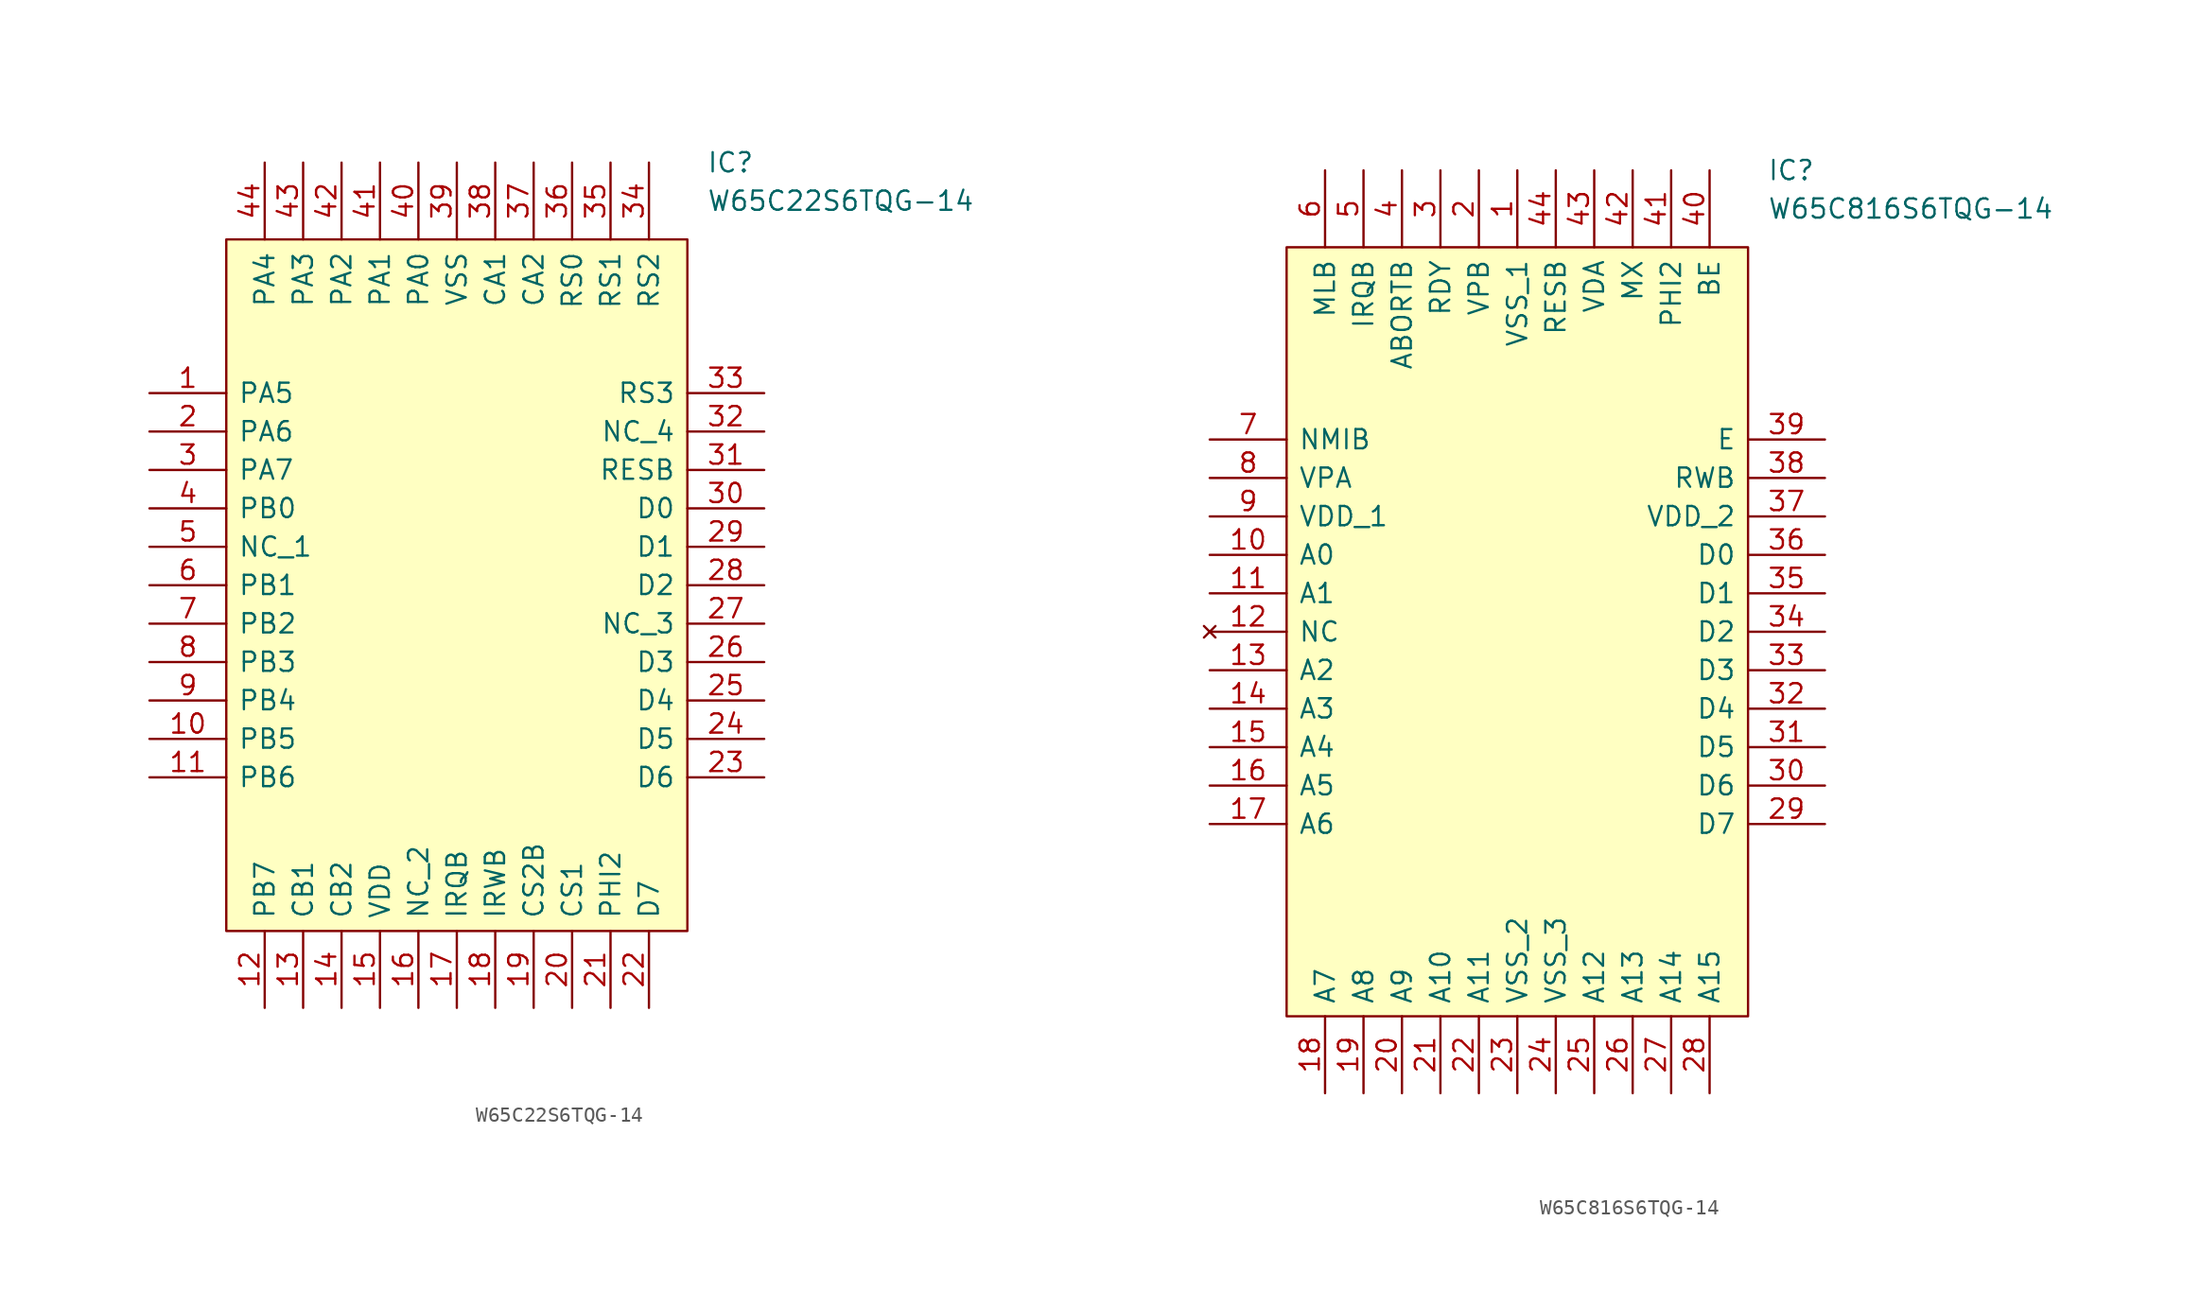
<source format=kicad_sym>
(kicad_symbol_lib
  (version 20211014)
  (generator kicad_symbol_editor)
  (symbol "W65C22S6TQG-14"
    (pin_names
      (offset 0.762))
    (property "Reference" "IC"
      (at 36.83 15.24 0)
      (effects (font (size 1.27 1.27)) (justify left)))
    (property "Value" "W65C22S6TQG-14"
      (at 36.83 12.7 0)
      (effects (font (size 1.27 1.27)) (justify left)))
    (symbol "W65C22S6TQG-14_0_0"
      (pin passive line (at 0 0 0) (length 5.08) (name "PA5" (effects (font (size 1.27 1.27)))) (number "1" (effects (font (size 1.27 1.27)))))
      (pin passive line (at 0 -22.86 0) (length 5.08) (name "PB5" (effects (font (size 1.27 1.27)))) (number "10" (effects (font (size 1.27 1.27)))))
      (pin passive line (at 0 -25.4 0) (length 5.08) (name "PB6" (effects (font (size 1.27 1.27)))) (number "11" (effects (font (size 1.27 1.27)))))
      (pin passive line (at 7.62 -40.64 90) (length 5.08) (name "PB7" (effects (font (size 1.27 1.27)))) (number "12" (effects (font (size 1.27 1.27)))))
      (pin passive line (at 10.16 -40.64 90) (length 5.08) (name "CB1" (effects (font (size 1.27 1.27)))) (number "13" (effects (font (size 1.27 1.27)))))
      (pin passive line (at 12.7 -40.64 90) (length 5.08) (name "CB2" (effects (font (size 1.27 1.27)))) (number "14" (effects (font (size 1.27 1.27)))))
      (pin passive line (at 15.24 -40.64 90) (length 5.08) (name "VDD" (effects (font (size 1.27 1.27)))) (number "15" (effects (font (size 1.27 1.27)))))
      (pin passive line (at 17.78 -40.64 90) (length 5.08) (name "NC_2" (effects (font (size 1.27 1.27)))) (number "16" (effects (font (size 1.27 1.27)))))
      (pin passive line (at 20.32 -40.64 90) (length 5.08) (name "IRQB" (effects (font (size 1.27 1.27)))) (number "17" (effects (font (size 1.27 1.27)))))
      (pin passive line (at 22.86 -40.64 90) (length 5.08) (name "IRWB" (effects (font (size 1.27 1.27)))) (number "18" (effects (font (size 1.27 1.27)))))
      (pin passive line (at 25.4 -40.64 90) (length 5.08) (name "CS2B" (effects (font (size 1.27 1.27)))) (number "19" (effects (font (size 1.27 1.27)))))
      (pin passive line (at 0 -2.54 0) (length 5.08) (name "PA6" (effects (font (size 1.27 1.27)))) (number "2" (effects (font (size 1.27 1.27)))))
      (pin passive line (at 27.94 -40.64 90) (length 5.08) (name "CS1" (effects (font (size 1.27 1.27)))) (number "20" (effects (font (size 1.27 1.27)))))
      (pin passive line (at 30.48 -40.64 90) (length 5.08) (name "PHI2" (effects (font (size 1.27 1.27)))) (number "21" (effects (font (size 1.27 1.27)))))
      (pin passive line (at 33.02 -40.64 90) (length 5.08) (name "D7" (effects (font (size 1.27 1.27)))) (number "22" (effects (font (size 1.27 1.27)))))
      (pin passive line (at 40.64 -25.4 180) (length 5.08) (name "D6" (effects (font (size 1.27 1.27)))) (number "23" (effects (font (size 1.27 1.27)))))
      (pin passive line (at 40.64 -22.86 180) (length 5.08) (name "D5" (effects (font (size 1.27 1.27)))) (number "24" (effects (font (size 1.27 1.27)))))
      (pin passive line (at 40.64 -20.32 180) (length 5.08) (name "D4" (effects (font (size 1.27 1.27)))) (number "25" (effects (font (size 1.27 1.27)))))
      (pin passive line (at 40.64 -17.78 180) (length 5.08) (name "D3" (effects (font (size 1.27 1.27)))) (number "26" (effects (font (size 1.27 1.27)))))
      (pin passive line (at 40.64 -15.24 180) (length 5.08) (name "NC_3" (effects (font (size 1.27 1.27)))) (number "27" (effects (font (size 1.27 1.27)))))
      (pin passive line (at 40.64 -12.7 180) (length 5.08) (name "D2" (effects (font (size 1.27 1.27)))) (number "28" (effects (font (size 1.27 1.27)))))
      (pin passive line (at 40.64 -10.16 180) (length 5.08) (name "D1" (effects (font (size 1.27 1.27)))) (number "29" (effects (font (size 1.27 1.27)))))
      (pin passive line (at 0 -5.08 0) (length 5.08) (name "PA7" (effects (font (size 1.27 1.27)))) (number "3" (effects (font (size 1.27 1.27)))))
      (pin passive line (at 40.64 -7.62 180) (length 5.08) (name "D0" (effects (font (size 1.27 1.27)))) (number "30" (effects (font (size 1.27 1.27)))))
      (pin passive line (at 40.64 -5.08 180) (length 5.08) (name "RESB" (effects (font (size 1.27 1.27)))) (number "31" (effects (font (size 1.27 1.27)))))
      (pin passive line (at 40.64 -2.54 180) (length 5.08) (name "NC_4" (effects (font (size 1.27 1.27)))) (number "32" (effects (font (size 1.27 1.27)))))
      (pin passive line (at 40.64 0 180) (length 5.08) (name "RS3" (effects (font (size 1.27 1.27)))) (number "33" (effects (font (size 1.27 1.27)))))
      (pin passive line (at 33.02 15.24 270) (length 5.08) (name "RS2" (effects (font (size 1.27 1.27)))) (number "34" (effects (font (size 1.27 1.27)))))
      (pin passive line (at 30.48 15.24 270) (length 5.08) (name "RS1" (effects (font (size 1.27 1.27)))) (number "35" (effects (font (size 1.27 1.27)))))
      (pin passive line (at 27.94 15.24 270) (length 5.08) (name "RS0" (effects (font (size 1.27 1.27)))) (number "36" (effects (font (size 1.27 1.27)))))
      (pin passive line (at 25.4 15.24 270) (length 5.08) (name "CA2" (effects (font (size 1.27 1.27)))) (number "37" (effects (font (size 1.27 1.27)))))
      (pin passive line (at 22.86 15.24 270) (length 5.08) (name "CA1" (effects (font (size 1.27 1.27)))) (number "38" (effects (font (size 1.27 1.27)))))
      (pin passive line (at 20.32 15.24 270) (length 5.08) (name "VSS" (effects (font (size 1.27 1.27)))) (number "39" (effects (font (size 1.27 1.27)))))
      (pin passive line (at 0 -7.62 0) (length 5.08) (name "PB0" (effects (font (size 1.27 1.27)))) (number "4" (effects (font (size 1.27 1.27)))))
      (pin passive line (at 17.78 15.24 270) (length 5.08) (name "PA0" (effects (font (size 1.27 1.27)))) (number "40" (effects (font (size 1.27 1.27)))))
      (pin passive line (at 15.24 15.24 270) (length 5.08) (name "PA1" (effects (font (size 1.27 1.27)))) (number "41" (effects (font (size 1.27 1.27)))))
      (pin passive line (at 12.7 15.24 270) (length 5.08) (name "PA2" (effects (font (size 1.27 1.27)))) (number "42" (effects (font (size 1.27 1.27)))))
      (pin passive line (at 10.16 15.24 270) (length 5.08) (name "PA3" (effects (font (size 1.27 1.27)))) (number "43" (effects (font (size 1.27 1.27)))))
      (pin passive line (at 7.62 15.24 270) (length 5.08) (name "PA4" (effects (font (size 1.27 1.27)))) (number "44" (effects (font (size 1.27 1.27)))))
      (pin passive line (at 0 -10.16 0) (length 5.08) (name "NC_1" (effects (font (size 1.27 1.27)))) (number "5" (effects (font (size 1.27 1.27)))))
      (pin passive line (at 0 -12.7 0) (length 5.08) (name "PB1" (effects (font (size 1.27 1.27)))) (number "6" (effects (font (size 1.27 1.27)))))
      (pin passive line (at 0 -15.24 0) (length 5.08) (name "PB2" (effects (font (size 1.27 1.27)))) (number "7" (effects (font (size 1.27 1.27)))))
      (pin passive line (at 0 -17.78 0) (length 5.08) (name "PB3" (effects (font (size 1.27 1.27)))) (number "8" (effects (font (size 1.27 1.27)))))
      (pin passive line (at 0 -20.32 0) (length 5.08) (name "PB4" (effects (font (size 1.27 1.27)))) (number "9" (effects (font (size 1.27 1.27))))))
    (symbol "W65C22S6TQG-14_0_1"
      (polyline (pts (xy 5.08 10.16) (xy 35.56 10.16) (xy 35.56 -35.56) (xy 5.08 -35.56) (xy 5.08 10.16)) (stroke (width 0.152) (type default) (color 0 0 0 0)) (fill (type background)))))
  (symbol "W65C816S6TQG-14"
    (pin_names
      (offset 0.762))
    (property "Reference" "IC"
      (at 36.83 17.78 0)
      (effects (font (size 1.27 1.27)) (justify left)))
    (property "Value" "W65C816S6TQG-14"
      (at 36.83 15.24 0)
      (effects (font (size 1.27 1.27)) (justify left)))
    (symbol "W65C816S6TQG-14_0_0"
      (pin power_in line (at 20.32 17.78 270) (length 5.08) (name "VSS_1" (effects (font (size 1.27 1.27)))) (number "1" (effects (font (size 1.27 1.27)))))
      (pin output line (at 0 -7.62 0) (length 5.08) (name "A0" (effects (font (size 1.27 1.27)))) (number "10" (effects (font (size 1.27 1.27)))))
      (pin output line (at 0 -10.16 0) (length 5.08) (name "A1" (effects (font (size 1.27 1.27)))) (number "11" (effects (font (size 1.27 1.27)))))
      (pin no_connect line (at 0 -12.7 0) (length 5.08) (name "NC" (effects (font (size 1.27 1.27)))) (number "12" (effects (font (size 1.27 1.27)))))
      (pin output line (at 0 -15.24 0) (length 5.08) (name "A2" (effects (font (size 1.27 1.27)))) (number "13" (effects (font (size 1.27 1.27)))))
      (pin output line (at 0 -17.78 0) (length 5.08) (name "A3" (effects (font (size 1.27 1.27)))) (number "14" (effects (font (size 1.27 1.27)))))
      (pin output line (at 0 -20.32 0) (length 5.08) (name "A4" (effects (font (size 1.27 1.27)))) (number "15" (effects (font (size 1.27 1.27)))))
      (pin output line (at 0 -22.86 0) (length 5.08) (name "A5" (effects (font (size 1.27 1.27)))) (number "16" (effects (font (size 1.27 1.27)))))
      (pin output line (at 0 -25.4 0) (length 5.08) (name "A6" (effects (font (size 1.27 1.27)))) (number "17" (effects (font (size 1.27 1.27)))))
      (pin output line (at 7.62 -43.18 90) (length 5.08) (name "A7" (effects (font (size 1.27 1.27)))) (number "18" (effects (font (size 1.27 1.27)))))
      (pin output line (at 10.16 -43.18 90) (length 5.08) (name "A8" (effects (font (size 1.27 1.27)))) (number "19" (effects (font (size 1.27 1.27)))))
      (pin output line (at 17.78 17.78 270) (length 5.08) (name "VPB" (effects (font (size 1.27 1.27)))) (number "2" (effects (font (size 1.27 1.27)))))
      (pin output line (at 12.7 -43.18 90) (length 5.08) (name "A9" (effects (font (size 1.27 1.27)))) (number "20" (effects (font (size 1.27 1.27)))))
      (pin output line (at 15.24 -43.18 90) (length 5.08) (name "A10" (effects (font (size 1.27 1.27)))) (number "21" (effects (font (size 1.27 1.27)))))
      (pin output line (at 17.78 -43.18 90) (length 5.08) (name "A11" (effects (font (size 1.27 1.27)))) (number "22" (effects (font (size 1.27 1.27)))))
      (pin power_in line (at 20.32 -43.18 90) (length 5.08) (name "VSS_2" (effects (font (size 1.27 1.27)))) (number "23" (effects (font (size 1.27 1.27)))))
      (pin power_in line (at 22.86 -43.18 90) (length 5.08) (name "VSS_3" (effects (font (size 1.27 1.27)))) (number "24" (effects (font (size 1.27 1.27)))))
      (pin output line (at 25.4 -43.18 90) (length 5.08) (name "A12" (effects (font (size 1.27 1.27)))) (number "25" (effects (font (size 1.27 1.27)))))
      (pin output line (at 27.94 -43.18 90) (length 5.08) (name "A13" (effects (font (size 1.27 1.27)))) (number "26" (effects (font (size 1.27 1.27)))))
      (pin output line (at 30.48 -43.18 90) (length 5.08) (name "A14" (effects (font (size 1.27 1.27)))) (number "27" (effects (font (size 1.27 1.27)))))
      (pin output line (at 33.02 -43.18 90) (length 5.08) (name "A15" (effects (font (size 1.27 1.27)))) (number "28" (effects (font (size 1.27 1.27)))))
      (pin bidirectional line (at 40.64 -25.4 180) (length 5.08) (name "D7" (effects (font (size 1.27 1.27)))) (number "29" (effects (font (size 1.27 1.27)))))
      (pin bidirectional line (at 15.24 17.78 270) (length 5.08) (name "RDY" (effects (font (size 1.27 1.27)))) (number "3" (effects (font (size 1.27 1.27)))))
      (pin bidirectional line (at 40.64 -22.86 180) (length 5.08) (name "D6" (effects (font (size 1.27 1.27)))) (number "30" (effects (font (size 1.27 1.27)))))
      (pin bidirectional line (at 40.64 -20.32 180) (length 5.08) (name "D5" (effects (font (size 1.27 1.27)))) (number "31" (effects (font (size 1.27 1.27)))))
      (pin bidirectional line (at 40.64 -17.78 180) (length 5.08) (name "D4" (effects (font (size 1.27 1.27)))) (number "32" (effects (font (size 1.27 1.27)))))
      (pin bidirectional line (at 40.64 -15.24 180) (length 5.08) (name "D3" (effects (font (size 1.27 1.27)))) (number "33" (effects (font (size 1.27 1.27)))))
      (pin bidirectional line (at 40.64 -12.7 180) (length 5.08) (name "D2" (effects (font (size 1.27 1.27)))) (number "34" (effects (font (size 1.27 1.27)))))
      (pin bidirectional line (at 40.64 -10.16 180) (length 5.08) (name "D1" (effects (font (size 1.27 1.27)))) (number "35" (effects (font (size 1.27 1.27)))))
      (pin bidirectional line (at 40.64 -7.62 180) (length 5.08) (name "D0" (effects (font (size 1.27 1.27)))) (number "36" (effects (font (size 1.27 1.27)))))
      (pin power_in line (at 40.64 -5.08 180) (length 5.08) (name "VDD_2" (effects (font (size 1.27 1.27)))) (number "37" (effects (font (size 1.27 1.27)))))
      (pin output line (at 40.64 -2.54 180) (length 5.08) (name "RWB" (effects (font (size 1.27 1.27)))) (number "38" (effects (font (size 1.27 1.27)))))
      (pin input line (at 40.64 0 180) (length 5.08) (name "E" (effects (font (size 1.27 1.27)))) (number "39" (effects (font (size 1.27 1.27)))))
      (pin input line (at 12.7 17.78 270) (length 5.08) (name "ABORTB" (effects (font (size 1.27 1.27)))) (number "4" (effects (font (size 1.27 1.27)))))
      (pin output line (at 33.02 17.78 270) (length 5.08) (name "BE" (effects (font (size 1.27 1.27)))) (number "40" (effects (font (size 1.27 1.27)))))
      (pin input line (at 30.48 17.78 270) (length 5.08) (name "PHI2" (effects (font (size 1.27 1.27)))) (number "41" (effects (font (size 1.27 1.27)))))
      (pin output line (at 27.94 17.78 270) (length 5.08) (name "MX" (effects (font (size 1.27 1.27)))) (number "42" (effects (font (size 1.27 1.27)))))
      (pin output line (at 25.4 17.78 270) (length 5.08) (name "VDA" (effects (font (size 1.27 1.27)))) (number "43" (effects (font (size 1.27 1.27)))))
      (pin input line (at 22.86 17.78 270) (length 5.08) (name "RESB" (effects (font (size 1.27 1.27)))) (number "44" (effects (font (size 1.27 1.27)))))
      (pin input line (at 10.16 17.78 270) (length 5.08) (name "IRQB" (effects (font (size 1.27 1.27)))) (number "5" (effects (font (size 1.27 1.27)))))
      (pin output line (at 7.62 17.78 270) (length 5.08) (name "MLB" (effects (font (size 1.27 1.27)))) (number "6" (effects (font (size 1.27 1.27)))))
      (pin input line (at 0 0 0) (length 5.08) (name "NMIB" (effects (font (size 1.27 1.27)))) (number "7" (effects (font (size 1.27 1.27)))))
      (pin output line (at 0 -2.54 0) (length 5.08) (name "VPA" (effects (font (size 1.27 1.27)))) (number "8" (effects (font (size 1.27 1.27)))))
      (pin power_in line (at 0 -5.08 0) (length 5.08) (name "VDD_1" (effects (font (size 1.27 1.27)))) (number "9" (effects (font (size 1.27 1.27))))))
    (symbol "W65C816S6TQG-14_0_1"
      (polyline (pts (xy 5.08 12.7) (xy 35.56 12.7) (xy 35.56 -38.1) (xy 5.08 -38.1) (xy 5.08 12.7)) (stroke (width 0.152) (type default) (color 0 0 0 0)) (fill (type background))))))
</source>
